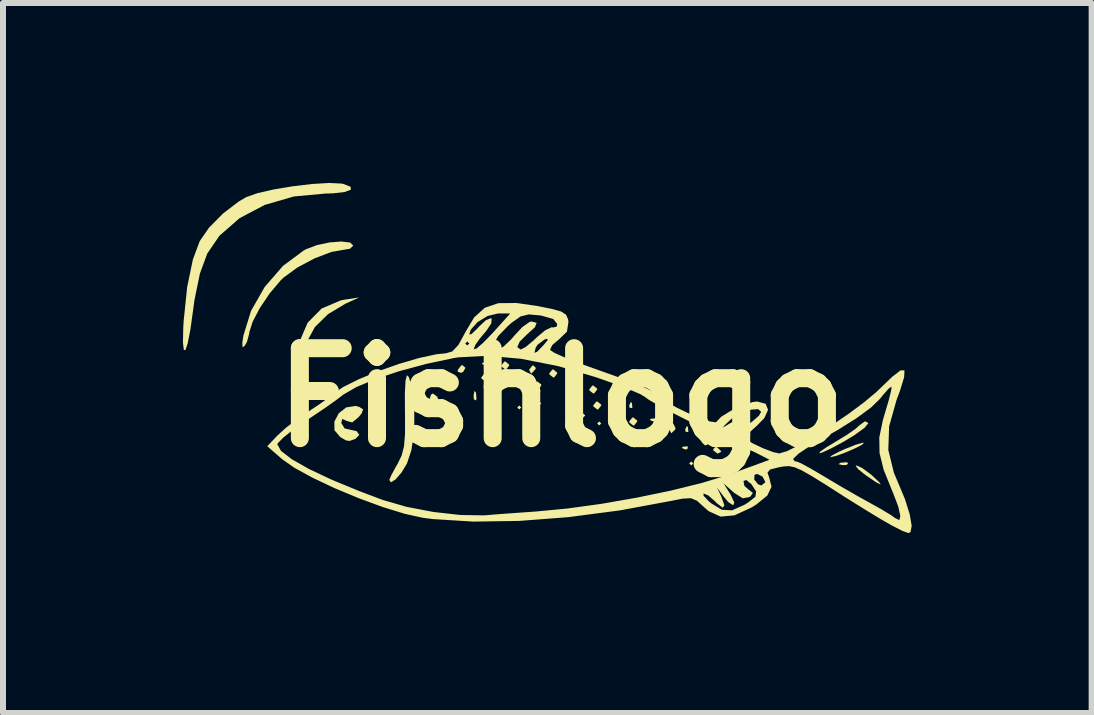
<source format=kicad_pcb>
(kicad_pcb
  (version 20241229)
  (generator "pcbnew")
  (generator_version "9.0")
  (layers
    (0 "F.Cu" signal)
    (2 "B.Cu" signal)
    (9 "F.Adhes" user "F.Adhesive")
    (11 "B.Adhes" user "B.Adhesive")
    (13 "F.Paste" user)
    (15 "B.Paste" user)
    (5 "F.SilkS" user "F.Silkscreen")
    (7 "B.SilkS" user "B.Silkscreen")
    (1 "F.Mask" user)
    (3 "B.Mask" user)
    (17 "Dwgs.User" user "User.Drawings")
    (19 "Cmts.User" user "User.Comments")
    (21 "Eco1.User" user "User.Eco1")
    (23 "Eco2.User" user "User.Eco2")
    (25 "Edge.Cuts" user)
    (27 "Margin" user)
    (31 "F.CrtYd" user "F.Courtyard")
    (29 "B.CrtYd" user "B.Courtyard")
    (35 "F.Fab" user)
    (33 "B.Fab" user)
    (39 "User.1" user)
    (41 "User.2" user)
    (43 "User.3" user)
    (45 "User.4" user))
  (footprint "Fishlogo"
    (layer "F.Cu")
    (at 6.306 3.576)
    (property "Reference" "Fishlogo" (at 0 0 0) (layer "F.SilkS") (effects (font (size 1.5 1.5) (thickness 0.3))))
    (attr board_only exclude_from_pos_files exclude_from_bom)
    (fp_poly (pts (xy -0.667 0.167) (xy -0.7 0.2) (xy -0.733 0.167) (xy -0.7 0.133)) (stroke (width 0) (type solid)) (fill yes) (layer "F.SilkS"))
    (fp_poly (pts (xy -0.333 0.1) (xy -0.367 0.133) (xy -0.4 0.1) (xy -0.367 0.067)) (stroke (width 0) (type solid)) (fill yes) (layer "F.SilkS"))
    (fp_poly (pts (xy 0.4 0.3) (xy 0.367 0.333) (xy 0.333 0.3) (xy 0.367 0.267)) (stroke (width 0) (type solid)) (fill yes) (layer "F.SilkS"))
    (fp_poly (pts (xy 0.667 0.433) (xy 0.633 0.467) (xy 0.6 0.433) (xy 0.633 0.4)) (stroke (width 0) (type solid)) (fill yes) (layer "F.SilkS"))
    (fp_poly (pts (xy 2.2 1.1) (xy 2.167 1.133) (xy 2.133 1.1) (xy 2.167 1.067)) (stroke (width 0) (type solid)) (fill yes) (layer "F.SilkS"))
    (fp_poly (pts (xy 2.667 1.1) (xy 2.633 1.133) (xy 2.6 1.1) (xy 2.633 1.067)) (stroke (width 0) (type solid)) (fill yes) (layer "F.SilkS"))
    (fp_poly (pts (xy 2.933 1.033) (xy 2.9 1.067) (xy 2.867 1.033) (xy 2.9 1)) (stroke (width 0) (type solid)) (fill yes) (layer "F.SilkS"))
    (fp_poly (pts (xy -1.421 -0.079) (xy -1.413 0.025) (xy -1.426 0.049) (xy -1.457 0.029) (xy -1.461 -0.039) (xy -1.445 -0.11)) (stroke (width 0) (type solid)) (fill yes) (layer "F.SilkS"))
    (fp_poly (pts (xy -1.222 -0.578) (xy -1.231 -0.538) (xy -1.267 -0.533) (xy -1.322 -0.558) (xy -1.311 -0.578) (xy -1.232 -0.586)) (stroke (width 0) (type solid)) (fill yes) (layer "F.SilkS"))
    (fp_poly (pts (xy -0.822 -0.244) (xy -0.831 -0.205) (xy -0.867 -0.2) (xy -0.922 -0.224) (xy -0.911 -0.244) (xy -0.832 -0.252)) (stroke (width 0) (type solid)) (fill yes) (layer "F.SilkS"))
    (fp_poly (pts (xy -0.622 -0.378) (xy -0.614 -0.299) (xy -0.622 -0.289) (xy -0.662 -0.298) (xy -0.667 -0.333) (xy -0.642 -0.388)) (stroke (width 0) (type solid)) (fill yes) (layer "F.SilkS"))
    (fp_poly (pts (xy 0.112 -0.013) (xy 0.12 0.092) (xy 0.107 0.115) (xy 0.077 0.095) (xy 0.072 0.028) (xy 0.088 -0.043)) (stroke (width 0) (type solid)) (fill yes) (layer "F.SilkS"))
    (fp_poly (pts (xy 1.044 0.556) (xy 1.052 0.635) (xy 1.044 0.644) (xy 1.005 0.635) (xy 1 0.6) (xy 1.024 0.545)) (stroke (width 0) (type solid)) (fill yes) (layer "F.SilkS"))
    (fp_poly (pts (xy 1.178 0.089) (xy 1.186 0.168) (xy 1.178 0.178) (xy 1.138 0.169) (xy 1.133 0.133) (xy 1.158 0.078)) (stroke (width 0) (type solid)) (fill yes) (layer "F.SilkS"))
    (fp_poly (pts (xy 1.578 0.356) (xy 1.569 0.395) (xy 1.533 0.4) (xy 1.478 0.376) (xy 1.489 0.356) (xy 1.568 0.348)) (stroke (width 0) (type solid)) (fill yes) (layer "F.SilkS"))
    (fp_poly (pts (xy 2.111 0.489) (xy 2.119 0.568) (xy 2.111 0.578) (xy 2.071 0.569) (xy 2.067 0.533) (xy 2.091 0.478)) (stroke (width 0) (type solid)) (fill yes) (layer "F.SilkS"))
    (fp_poly (pts (xy 2.111 0.822) (xy 2.102 0.862) (xy 2.067 0.867) (xy 2.012 0.842) (xy 2.022 0.822) (xy 2.101 0.814)) (stroke (width 0) (type solid)) (fill yes) (layer "F.SilkS"))
    (fp_poly (pts (xy 4.782 1.093) (xy 4.762 1.123) (xy 4.694 1.128) (xy 4.623 1.112) (xy 4.654 1.088) (xy 4.758 1.08)) (stroke (width 0) (type solid)) (fill yes) (layer "F.SilkS"))
    (fp_poly (pts (xy -2.099 -0.385) (xy -2.088 -0.305) (xy -2.161 -0.267) (xy -2.253 -0.32) (xy -2.267 -0.372) (xy -2.228 -0.45) (xy -2.188 -0.451)) (stroke (width 0) (type solid)) (fill yes) (layer "F.SilkS"))
    (fp_poly (pts (xy -1.596 -0.495) (xy -1.634 -0.428) (xy -1.67 -0.41) (xy -1.727 -0.431) (xy -1.723 -0.463) (xy -1.667 -0.535) (xy -1.648 -0.538)) (stroke (width 0) (type solid)) (fill yes) (layer "F.SilkS"))
    (fp_poly (pts (xy 1.868 0.434) (xy 1.906 0.514) (xy 1.897 0.538) (xy 1.833 0.597) (xy 1.801 0.53) (xy 1.8 0.496) (xy 1.833 0.427)) (stroke (width 0) (type solid)) (fill yes) (layer "F.SilkS"))
    (fp_poly (pts (xy -2.067 -0.013) (xy -2.031 0.092) (xy -2.049 0.16) (xy -2.141 0.198) (xy -2.195 0.121) (xy -2.2 0.067) (xy -2.175 -0.042) (xy -2.14 -0.067)) (stroke (width 0) (type solid)) (fill yes) (layer "F.SilkS"))
    (fp_poly (pts (xy -1.802 -0.283) (xy -1.8 -0.267) (xy -1.851 -0.202) (xy -1.867 -0.2) (xy -1.931 -0.251) (xy -1.933 -0.267) (xy -1.883 -0.331) (xy -1.867 -0.333)) (stroke (width 0) (type solid)) (fill yes) (layer "F.SilkS"))
    (fp_poly (pts (xy -1.202 -0.349) (xy -1.2 -0.333) (xy -1.251 -0.269) (xy -1.267 -0.267) (xy -1.331 -0.317) (xy -1.333 -0.333) (xy -1.283 -0.398) (xy -1.267 -0.4)) (stroke (width 0) (type solid)) (fill yes) (layer "F.SilkS"))
    (fp_poly (pts (xy -0.869 -0.549) (xy -0.867 -0.533) (xy -0.917 -0.469) (xy -0.933 -0.467) (xy -0.998 -0.517) (xy -1 -0.533) (xy -0.949 -0.598) (xy -0.933 -0.6)) (stroke (width 0) (type solid)) (fill yes) (layer "F.SilkS"))
    (fp_poly (pts (xy -0.423 -0.492) (xy -0.433 -0.467) (xy -0.493 -0.403) (xy -0.504 -0.4) (xy -0.533 -0.452) (xy -0.533 -0.467) (xy -0.482 -0.531) (xy -0.463 -0.533)) (stroke (width 0) (type solid)) (fill yes) (layer "F.SilkS"))
    (fp_poly (pts (xy -0.335 -0.219) (xy -0.333 -0.204) (xy -0.382 -0.114) (xy -0.4 -0.1) (xy -0.457 -0.115) (xy -0.467 -0.163) (xy -0.432 -0.254) (xy -0.4 -0.267)) (stroke (width 0) (type solid)) (fill yes) (layer "F.SilkS"))
    (fp_poly (pts (xy -0.069 -0.416) (xy -0.067 -0.4) (xy -0.117 -0.335) (xy -0.133 -0.333) (xy -0.198 -0.384) (xy -0.2 -0.4) (xy -0.149 -0.465) (xy -0.133 -0.467)) (stroke (width 0) (type solid)) (fill yes) (layer "F.SilkS"))
    (fp_poly (pts (xy 0.244 -0.359) (xy 0.233 -0.333) (xy 0.173 -0.27) (xy 0.163 -0.267) (xy 0.134 -0.318) (xy 0.133 -0.333) (xy 0.185 -0.397) (xy 0.204 -0.4)) (stroke (width 0) (type solid)) (fill yes) (layer "F.SilkS"))
    (fp_poly (pts (xy 0.598 -0.149) (xy 0.6 -0.133) (xy 0.549 -0.069) (xy 0.533 -0.067) (xy 0.469 -0.117) (xy 0.467 -0.133) (xy 0.517 -0.198) (xy 0.533 -0.2)) (stroke (width 0) (type solid)) (fill yes) (layer "F.SilkS"))
    (fp_poly (pts (xy 0.665 0.117) (xy 0.667 0.133) (xy 0.616 0.198) (xy 0.6 0.2) (xy 0.535 0.149) (xy 0.533 0.133) (xy 0.584 0.069) (xy 0.6 0.067)) (stroke (width 0) (type solid)) (fill yes) (layer "F.SilkS"))
    (fp_poly (pts (xy 0.933 0.185) (xy 0.933 0.2) (xy 0.882 0.264) (xy 0.863 0.267) (xy 0.823 0.226) (xy 0.833 0.2) (xy 0.893 0.136) (xy 0.904 0.133)) (stroke (width 0) (type solid)) (fill yes) (layer "F.SilkS"))
    (fp_poly (pts (xy 0.993 -0.079) (xy 1 -0.033) (xy 0.986 0.056) (xy 0.974 0.067) (xy 0.931 0.015) (xy 0.909 -0.033) (xy 0.908 -0.119) (xy 0.935 -0.133)) (stroke (width 0) (type solid)) (fill yes) (layer "F.SilkS"))
    (fp_poly (pts (xy 1.265 0.384) (xy 1.267 0.4) (xy 1.216 0.465) (xy 1.2 0.467) (xy 1.135 0.416) (xy 1.133 0.4) (xy 1.184 0.335) (xy 1.2 0.333)) (stroke (width 0) (type solid)) (fill yes) (layer "F.SilkS"))
    (fp_poly (pts (xy 1.598 0.651) (xy 1.6 0.667) (xy 1.546 0.725) (xy 1.496 0.733) (xy 1.427 0.701) (xy 1.433 0.667) (xy 1.519 0.603) (xy 1.537 0.6)) (stroke (width 0) (type solid)) (fill yes) (layer "F.SilkS"))
    (fp_poly (pts (xy 2.459 0.654) (xy 2.467 0.7) (xy 2.431 0.789) (xy 2.4 0.8) (xy 2.341 0.746) (xy 2.333 0.7) (xy 2.369 0.611) (xy 2.4 0.6)) (stroke (width 0) (type solid)) (fill yes) (layer "F.SilkS"))
    (fp_poly (pts (xy 2.6 0.833) (xy 2.664 0.893) (xy 2.667 0.904) (xy 2.615 0.933) (xy 2.6 0.933) (xy 2.536 0.882) (xy 2.533 0.863) (xy 2.574 0.823)) (stroke (width 0) (type solid)) (fill yes) (layer "F.SilkS"))
    (fp_poly (pts (xy 5.014 1.174) (xy 5.152 1.275) (xy 5.18 1.298) (xy 5.304 1.415) (xy 5.325 1.452) (xy 5.245 1.411) (xy 5.073 1.294) (xy 4.952 1.197) (xy 4.908 1.14) (xy 4.92 1.133)) (stroke (width 0) (type solid)) (fill yes) (layer "F.SilkS"))
    (fp_poly (pts (xy 5.046 0.757) (xy 5.007 0.793) (xy 4.887 0.853) (xy 4.731 0.92) (xy 4.582 0.974) (xy 4.486 0.995) (xy 4.482 0.995) (xy 4.507 0.969) (xy 4.626 0.907) (xy 4.726 0.861) (xy 4.902 0.79) (xy 5.02 0.756)) (stroke (width 0) (type solid)) (fill yes) (layer "F.SilkS"))
    (fp_poly (pts (xy -3.6 -1.562) (xy -3.887 -1.389) (xy -4.106 -1.175) (xy -4.229 -0.95) (xy -4.235 -0.924) (xy -4.286 -0.788) (xy -4.346 -0.733) (xy -4.384 -0.789) (xy -4.369 -0.917) (xy -4.228 -1.246) (xy -3.994 -1.483) (xy -3.677 -1.618) (xy -3.597 -1.633) (xy -3.367 -1.668)) (stroke (width 0) (type solid)) (fill yes) (layer "F.SilkS"))
    (fp_poly (pts (xy 5.12 0.428) (xy 5.056 0.506) (xy 4.892 0.625) (xy 4.712 0.734) (xy 4.516 0.84) (xy 4.364 0.912) (xy 4.3 0.932) (xy 4.316 0.903) (xy 4.425 0.827) (xy 4.579 0.734) (xy 4.771 0.617) (xy 4.913 0.517) (xy 4.966 0.468) (xy 5.054 0.403) (xy 5.075 0.4)) (stroke (width 0) (type solid)) (fill yes) (layer "F.SilkS"))
    (fp_poly (pts (xy -2.539 -0.339) (xy -2.498 -0.19) (xy -2.45 0.168) (xy -2.45 0.539) (xy -2.497 0.875) (xy -2.571 1.099) (xy -2.664 1.253) (xy -2.762 1.366) (xy -2.838 1.414) (xy -2.867 1.376) (xy -2.836 1.302) (xy -2.759 1.159) (xy -2.729 1.108) (xy -2.661 0.969) (xy -2.621 0.814) (xy -2.604 0.605) (xy -2.604 0.305) (xy -2.605 0.269) (xy -2.607 -0.063) (xy -2.596 -0.278) (xy -2.573 -0.371)) (stroke (width 0) (type solid)) (fill yes) (layer "F.SilkS"))
    (fp_poly (pts (xy -3.37 0.156) (xy -3.303 0.198) (xy -3.327 0.265) (xy -3.379 0.329) (xy -3.485 0.416) (xy -3.578 0.391) (xy -3.579 0.389) (xy -3.651 0.358) (xy -3.667 0.425) (xy -3.611 0.516) (xy -3.537 0.533) (xy -3.409 0.562) (xy -3.367 0.625) (xy -3.43 0.689) (xy -3.439 0.693) (xy -3.529 0.725) (xy -3.589 0.715) (xy -3.683 0.661) (xy -3.78 0.547) (xy -3.782 0.403) (xy -3.709 0.264) (xy -3.584 0.165) (xy -3.427 0.141)) (stroke (width 0) (type solid)) (fill yes) (layer "F.SilkS"))
    (fp_poly (pts (xy -3.521 -2.583) (xy -3.467 -2.533) (xy -3.522 -2.479) (xy -3.598 -2.467) (xy -3.832 -2.426) (xy -4.115 -2.318) (xy -4.398 -2.167) (xy -4.631 -1.997) (xy -4.679 -1.95) (xy -4.861 -1.734) (xy -5.024 -1.492) (xy -5.144 -1.264) (xy -5.2 -1.088) (xy -5.201 -1.068) (xy -5.239 -0.927) (xy -5.273 -0.867) (xy -5.313 -0.835) (xy -5.316 -0.913) (xy -5.299 -1.03) (xy -5.171 -1.444) (xy -4.942 -1.845) (xy -4.638 -2.194) (xy -4.289 -2.453) (xy -4.253 -2.472) (xy -4.07 -2.541) (xy -3.861 -2.585) (xy -3.665 -2.6)) (stroke (width 0) (type solid)) (fill yes) (layer "F.SilkS"))
    (fp_poly (pts (xy -3.662 -3.566) (xy -3.632 -3.56) (xy -3.51 -3.512) (xy -3.507 -3.464) (xy -3.611 -3.425) (xy -3.806 -3.403) (xy -3.923 -3.4) (xy -4.456 -3.351) (xy -4.943 -3.21) (xy -5.364 -2.988) (xy -5.699 -2.695) (xy -5.901 -2.399) (xy -6.023 -2.068) (xy -6.114 -1.626) (xy -6.137 -1.456) (xy -6.183 -1.127) (xy -6.227 -0.903) (xy -6.265 -0.79) (xy -6.292 -0.793) (xy -6.306 -0.915) (xy -6.301 -1.163) (xy -6.295 -1.271) (xy -6.236 -1.841) (xy -6.141 -2.299) (xy -6.028 -2.604) (xy -5.872 -2.83) (xy -5.639 -3.066) (xy -5.376 -3.267) (xy -5.255 -3.338) (xy -5.068 -3.405) (xy -4.794 -3.468) (xy -4.475 -3.521) (xy -4.153 -3.559) (xy -3.868 -3.576)) (stroke (width 0) (type solid)) (fill yes) (layer "F.SilkS"))
    (fp_poly (pts (xy -0.412 -1.527) (xy -0.154 -1.476) (xy 0.001 -1.432) (xy 0.081 -1.379) (xy 0.114 -1.304) (xy 0.12 -1.26) (xy 0.095 -1.097) (xy -0.034 -0.972) (xy -0.149 -0.874) (xy -0.187 -0.795) (xy -0.186 -0.793) (xy -0.118 -0.746) (xy 0.051 -0.67) (xy 0.294 -0.573) (xy 0.568 -0.475) (xy 0.998 -0.322) (xy 1.312 -0.2) (xy 1.523 -0.103) (xy 1.641 -0.027) (xy 1.667 0.001) (xy 1.754 0.072) (xy 1.914 0.163) (xy 2.111 0.259) (xy 2.311 0.343) (xy 2.478 0.4) (xy 2.575 0.414) (xy 2.587 0.406) (xy 2.665 0.323) (xy 2.824 0.224) (xy 3.016 0.134) (xy 3.193 0.076) (xy 3.266 0.067) (xy 3.408 0.105) (xy 3.448 0.206) (xy 3.384 0.346) (xy 3.261 0.471) (xy 3.131 0.589) (xy 3.067 0.67) (xy 3.067 0.686) (xy 3.184 0.761) (xy 3.36 0.845) (xy 3.533 0.911) (xy 3.635 0.933) (xy 3.763 0.895) (xy 3.969 0.793) (xy 4.227 0.643) (xy 4.512 0.463) (xy 4.795 0.269) (xy 5.05 0.079) (xy 5.252 -0.09) (xy 5.298 -0.134) (xy 5.518 -0.346) (xy 5.658 -0.453) (xy 5.722 -0.451) (xy 5.716 -0.338) (xy 5.646 -0.109) (xy 5.588 0.047) (xy 5.466 0.482) (xy 5.452 0.874) (xy 5.546 1.257) (xy 5.608 1.403) (xy 5.731 1.697) (xy 5.81 1.95) (xy 5.842 2.14) (xy 5.822 2.246) (xy 5.786 2.26) (xy 5.687 2.224) (xy 5.515 2.136) (xy 5.333 2.032) (xy 5.094 1.887) (xy 4.862 1.743) (xy 4.733 1.662) (xy 4.407 1.453) (xy 4.171 1.307) (xy 4.005 1.213) (xy 3.886 1.162) (xy 3.793 1.144) (xy 3.705 1.15) (xy 3.636 1.162) (xy 3.483 1.2) (xy 3.438 1.253) (xy 3.466 1.332) (xy 3.505 1.488) (xy 3.436 1.634) (xy 3.25 1.786) (xy 3.17 1.835) (xy 2.888 1.965) (xy 2.658 1.986) (xy 2.458 1.896) (xy 2.375 1.823) (xy 2.263 1.722) (xy 2.163 1.679) (xy 2.025 1.686) (xy 1.849 1.721) (xy 0.979 1.882) (xy 0.119 1.995) (xy -0.705 2.058) (xy -1.467 2.069) (xy -2.142 2.027) (xy -2.311 2.005) (xy -2.61 1.939) (xy -2.976 1.826) (xy -3.376 1.679) (xy -3.777 1.512) (xy -4.146 1.338) (xy -4.45 1.171) (xy -4.65 1.031) (xy -4.9 0.813) (xy -4.871 0.782) (xy -4.733 0.782) (xy -4.671 0.891) (xy -4.491 1.03) (xy -4.205 1.192) (xy -3.822 1.373) (xy -3.353 1.566) (xy -2.973 1.709) (xy -2.579 1.823) (xy -2.129 1.909) (xy -1.681 1.959) (xy -1.289 1.965) (xy -1.233 1.961) (xy -1.039 1.945) (xy -0.764 1.925) (xy -0.462 1.904) (xy -0.4 1.899) (xy 0.111 1.85) (xy 0.676 1.772) (xy 1.26 1.67) (xy 1.424 1.636) (xy 2.371 1.636) (xy 2.455 1.726) (xy 2.5 1.764) (xy 2.677 1.872) (xy 2.848 1.881) (xy 3.054 1.789) (xy 3.117 1.749) (xy 3.237 1.655) (xy 3.249 1.567) (xy 3.171 1.446) (xy 3.084 1.375) (xy 3.038 1.392) (xy 3.053 1.474) (xy 3.115 1.528) (xy 3.194 1.591) (xy 3.156 1.648) (xy 3.134 1.662) (xy 3.025 1.68) (xy 2.884 1.591) (xy 2.871 1.58) (xy 2.707 1.433) (xy 2.822 1.617) (xy 2.885 1.752) (xy 2.867 1.797) (xy 2.786 1.745) (xy 2.706 1.65) (xy 2.596 1.5) (xy 2.67 1.656) (xy 2.72 1.799) (xy 2.692 1.837) (xy 2.594 1.763) (xy 2.567 1.734) (xy 2.452 1.634) (xy 2.373 1.6) (xy 2.371 1.636) (xy 1.424 1.636) (xy 1.826 1.553) (xy 2.337 1.427) (xy 2.536 1.367) (xy 3.217 1.367) (xy 3.281 1.447) (xy 3.337 1.467) (xy 3.399 1.416) (xy 3.4 1.404) (xy 3.356 1.32) (xy 3.269 1.275) (xy 3.222 1.289) (xy 3.217 1.367) (xy 2.536 1.367) (xy 2.758 1.3) (xy 2.819 1.278) (xy 3.471 1.039) (xy 3.448 1.026) (xy 3.864 1.026) (xy 3.894 1.065) (xy 3.921 1.067) (xy 4.001 1.099) (xy 4.159 1.185) (xy 4.363 1.305) (xy 4.371 1.31) (xy 4.646 1.474) (xy 4.943 1.645) (xy 5.133 1.75) (xy 5.337 1.864) (xy 5.496 1.96) (xy 5.566 2.01) (xy 5.636 2.044) (xy 5.653 1.975) (xy 5.618 1.818) (xy 5.532 1.592) (xy 5.512 1.545) (xy 5.374 1.203) (xy 5.306 0.925) (xy 5.302 0.667) (xy 5.36 0.384) (xy 5.393 0.27) (xy 5.458 0.051) (xy 5.499 -0.112) (xy 5.507 -0.182) (xy 5.507 -0.182) (xy 5.458 -0.148) (xy 5.36 -0.037) (xy 5.313 0.023) (xy 5.166 0.166) (xy 4.926 0.343) (xy 4.622 0.534) (xy 4.503 0.602) (xy 4.168 0.795) (xy 3.955 0.937) (xy 3.864 1.026) (xy 3.448 1.026) (xy 3.227 0.913) (xy 3.062 0.839) (xy 2.97 0.835) (xy 2.925 0.877) (xy 2.873 0.915) (xy 2.852 0.839) (xy 2.856 0.793) (xy 2.801 0.75) (xy 2.65 0.662) (xy 2.424 0.542) (xy 2.335 0.498) (xy 2.7 0.498) (xy 2.783 0.449) (xy 2.798 0.439) (xy 2.938 0.362) (xy 3.028 0.333) (xy 3.033 0.366) (xy 2.963 0.431) (xy 2.884 0.504) (xy 2.918 0.529) (xy 2.933 0.529) (xy 3.043 0.492) (xy 3.18 0.405) (xy 3.294 0.306) (xy 3.333 0.239) (xy 3.282 0.194) (xy 3.157 0.204) (xy 3 0.258) (xy 2.851 0.346) (xy 2.82 0.372) (xy 2.712 0.475) (xy 2.7 0.498) (xy 2.335 0.498) (xy 2.148 0.403) (xy 2.147 0.403) (xy 1.865 0.261) (xy 1.629 0.136) (xy 1.464 0.041) (xy 1.394 -0.01) (xy 1.319 -0.055) (xy 1.144 -0.13) (xy 0.894 -0.226) (xy 0.595 -0.332) (xy 0.594 -0.333) (xy -0.052 -0.523) (xy -0.67 -0.645) (xy -1.233 -0.695) (xy -1.717 -0.669) (xy -1.787 -0.658) (xy -2.254 -0.559) (xy -2.699 -0.439) (xy -3.094 -0.308) (xy -3.415 -0.174) (xy -3.635 -0.046) (xy -3.667 -0.021) (xy -3.767 0.055) (xy -3.946 0.181) (xy -4.171 0.332) (xy -4.249 0.384) (xy -4.467 0.536) (xy -4.634 0.669) (xy -4.724 0.762) (xy -4.733 0.782) (xy -4.871 0.782) (xy -4.737 0.639) (xy -4.588 0.504) (xy -4.379 0.346) (xy -4.237 0.25) (xy -4.037 0.117) (xy -3.872 -0.001) (xy -3.8 -0.06) (xy -3.634 -0.175) (xy -3.372 -0.305) (xy -3.051 -0.438) (xy -2.704 -0.56) (xy -2.369 -0.658) (xy -2.079 -0.721) (xy -1.924 -0.736) (xy -1.896 -0.744) (xy -0.447 -0.744) (xy -0.401 -0.763) (xy -0.297 -0.87) (xy -0.222 -0.961) (xy -0.241 -0.978) (xy -0.282 -0.964) (xy -0.397 -0.877) (xy -0.426 -0.828) (xy -0.447 -0.744) (xy -1.896 -0.744) (xy -1.815 -0.768) (xy -1.715 -0.875) (xy -1.701 -0.9) (xy -1.6 -0.9) (xy -1.567 -0.867) (xy -1.533 -0.9) (xy -1.567 -0.933) (xy -1.6 -0.9) (xy -1.701 -0.9) (xy -1.619 -1.05) (xy -1.533 -1.05) (xy -1.496 -1.057) (xy -1.404 -1.144) (xy -1.372 -1.18) (xy -1.257 -1.288) (xy -1.172 -1.322) (xy -1.161 -1.316) (xy -1.165 -1.238) (xy -1.243 -1.119) (xy -1.245 -1.116) (xy -1.361 -0.977) (xy -1.433 -0.875) (xy -1.459 -0.802) (xy -1.41 -0.818) (xy -1.324 -0.892) (xy -1.128 -0.892) (xy -1.109 -0.814) (xy -1.05 -0.8) (xy -0.961 -0.848) (xy -0.834 -0.97) (xy -0.78 -1.033) (xy -0.647 -1.175) (xy -0.53 -1.258) (xy -0.497 -1.267) (xy -0.41 -1.244) (xy -0.438 -1.171) (xy -0.567 -1.055) (xy -0.693 -0.931) (xy -0.733 -0.838) (xy -0.676 -0.8) (xy -0.672 -0.8) (xy -0.591 -0.843) (xy -0.46 -0.952) (xy -0.406 -1.004) (xy -0.267 -1.12) (xy -0.16 -1.171) (xy -0.134 -1.167) (xy -0.076 -1.181) (xy -0.067 -1.225) (xy -0.132 -1.308) (xy -0.328 -1.364) (xy -0.354 -1.368) (xy -0.541 -1.385) (xy -0.678 -1.351) (xy -0.824 -1.248) (xy -0.887 -1.193) (xy -1.051 -1.024) (xy -1.128 -0.892) (xy -1.324 -0.892) (xy -1.3 -0.913) (xy -1.142 -1.076) (xy -1.105 -1.117) (xy -0.851 -1.4) (xy -1.056 -1.4) (xy -1.229 -1.358) (xy -1.396 -1.256) (xy -1.51 -1.128) (xy -1.533 -1.05) (xy -1.619 -1.05) (xy -1.601 -1.084) (xy -1.6 -1.086) (xy -1.451 -1.336) (xy -1.275 -1.495) (xy -1.048 -1.572) (xy -0.745 -1.575)) (stroke (width 0) (type solid)) (fill yes) (layer "F.SilkS")))
  (gr_rect
    (start -3 -3)
    (end 15.148 8.836)
    (stroke (width 0.1) (type default))
    (fill no)
    (layer "Edge.Cuts")))
</source>
